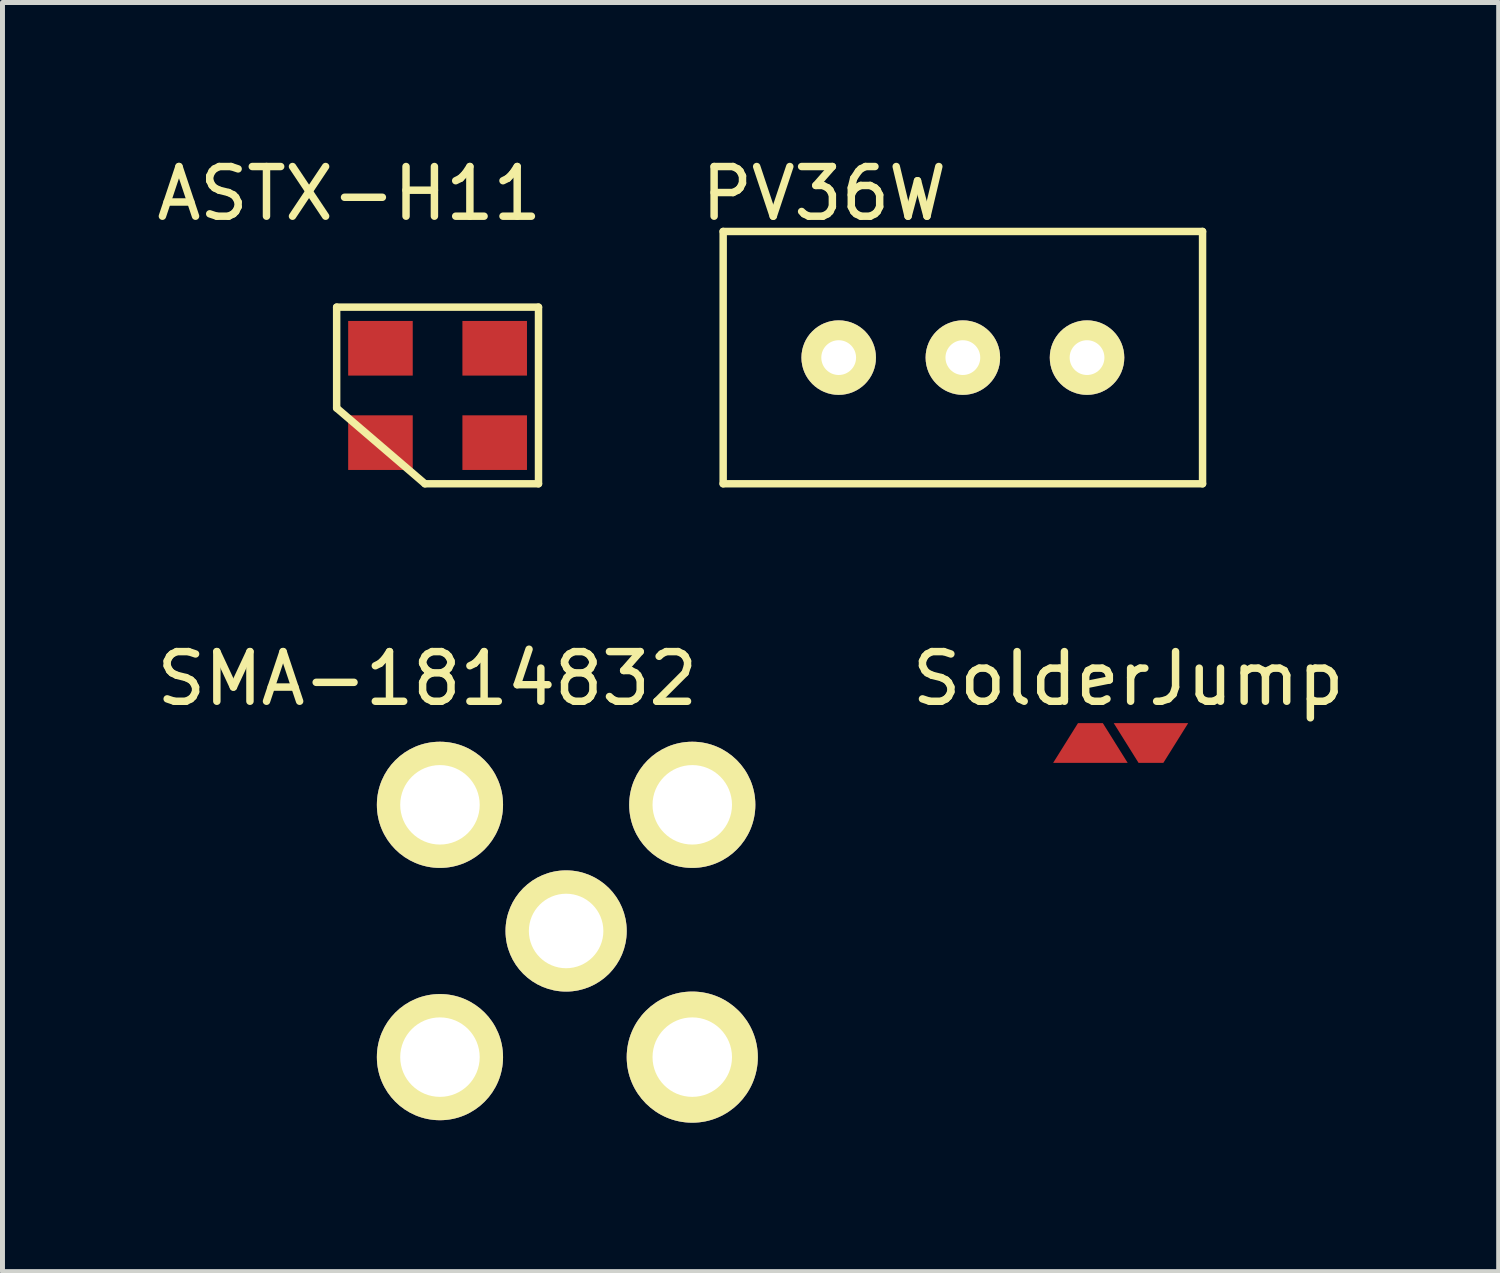
<source format=kicad_pcb>
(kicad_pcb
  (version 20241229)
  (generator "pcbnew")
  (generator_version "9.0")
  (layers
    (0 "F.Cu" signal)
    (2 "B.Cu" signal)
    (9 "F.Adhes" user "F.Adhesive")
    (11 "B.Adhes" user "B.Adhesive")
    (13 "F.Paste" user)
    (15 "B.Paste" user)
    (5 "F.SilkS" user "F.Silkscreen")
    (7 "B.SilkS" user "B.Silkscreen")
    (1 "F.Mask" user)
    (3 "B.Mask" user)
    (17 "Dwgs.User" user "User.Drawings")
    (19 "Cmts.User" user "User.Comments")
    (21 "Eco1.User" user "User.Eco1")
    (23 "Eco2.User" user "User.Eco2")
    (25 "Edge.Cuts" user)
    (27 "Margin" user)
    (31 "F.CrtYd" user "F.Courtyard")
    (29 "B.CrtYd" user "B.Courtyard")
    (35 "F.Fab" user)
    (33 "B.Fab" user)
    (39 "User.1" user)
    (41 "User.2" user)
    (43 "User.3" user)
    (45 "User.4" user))
  (footprint "SolderJump"
    (layer "F.Cu")
    (at 19.615 11.909)
    (property "Reference" "SolderJump" (at 0.051 -1.295 0) (layer "F.SilkS") (effects (font (size 1 1) (thickness 0.15))))
    (attr through_hole)
    (fp_line (start -1.473 0.406) (end 0.762 0.406) (stroke (width 0.15) (type solid)) (layer "F.Mask"))
    (fp_line (start -1.321 0.305) (end 0.737 0.305) (stroke (width 0.15) (type solid)) (layer "F.Mask"))
    (fp_line (start -1.168 0.229) (end 0.711 0.229) (stroke (width 0.15) (type solid)) (layer "F.Mask"))
    (fp_line (start -1.041 0.152) (end 0.66 0.152) (stroke (width 0.15) (type solid)) (layer "F.Mask"))
    (fp_line (start -0.965 -0.406) (end -1.473 0.406) (stroke (width 0.15) (type solid)) (layer "F.Mask"))
    (fp_line (start -0.914 -0.33) (end -1.321 0.305) (stroke (width 0.15) (type solid)) (layer "F.Mask"))
    (fp_line (start -0.889 0.076) (end 0.61 0.076) (stroke (width 0.15) (type solid)) (layer "F.Mask"))
    (fp_line (start -0.864 -0.254) (end -1.168 0.229) (stroke (width 0.15) (type solid)) (layer "F.Mask"))
    (fp_line (start -0.813 -0.178) (end -1.041 0.152) (stroke (width 0.15) (type solid)) (layer "F.Mask"))
    (fp_line (start -0.762 -0.102) (end -0.889 0.076) (stroke (width 0.15) (type solid)) (layer "F.Mask"))
    (fp_line (start 0.584 0) (end -0.737 0) (stroke (width 0.15) (type solid)) (layer "F.Mask"))
    (fp_line (start 0.61 0.076) (end 0.686 -0.025) (stroke (width 0.15) (type solid)) (layer "F.Mask"))
    (fp_line (start 0.66 0.152) (end 0.813 -0.102) (stroke (width 0.15) (type solid)) (layer "F.Mask"))
    (fp_line (start 0.711 -0.102) (end -0.762 -0.102) (stroke (width 0.15) (type solid)) (layer "F.Mask"))
    (fp_line (start 0.711 0.229) (end 0.94 -0.178) (stroke (width 0.15) (type solid)) (layer "F.Mask"))
    (fp_line (start 0.737 0.305) (end 1.067 -0.254) (stroke (width 0.15) (type solid)) (layer "F.Mask"))
    (fp_line (start 0.762 0.406) (end 1.245 -0.406) (stroke (width 0.15) (type solid)) (layer "F.Mask"))
    (fp_line (start 0.864 -0.178) (end -0.813 -0.178) (stroke (width 0.15) (type solid)) (layer "F.Mask"))
    (fp_line (start 0.965 -0.254) (end -0.864 -0.254) (stroke (width 0.15) (type solid)) (layer "F.Mask"))
    (fp_line (start 1.118 -0.33) (end -0.914 -0.33) (stroke (width 0.15) (type solid)) (layer "F.Mask"))
    (fp_line (start 1.245 -0.406) (end -0.965 -0.406) (stroke (width 0.15) (type solid)) (layer "F.Mask"))
    (pad "1" smd trapezoid (at -0.711 0) (size 1 0.8) (rect_delta 0 0.5) (layers "F.Cu" "F.Mask"))
    (pad "2" smd trapezoid (at 0.508 0 180) (size 1 0.8) (rect_delta 0 0.5) (layers "F.Cu" "F.Mask")))
  (footprint "SMA-1814832"
    (layer "F.Cu")
    (at 8.348 15.694)
    (property "Reference" "SMA-1814832" (at -2.794 -5.08 0) (layer "F.SilkS") (effects (font (size 1 1) (thickness 0.15))))
    (attr through_hole)
    (pad "1" thru_hole circle (at 0 0) (size 2.44 2.44) (drill 1.5) (layers "*.Cu" "*.Mask" "F.SilkS"))
    (pad "2" thru_hole circle (at -2.54 -2.54) (size 2.54 2.54) (drill 1.6) (layers "*.Cu" "*.Mask" "F.SilkS"))
    (pad "2" thru_hole circle (at -2.54 2.54) (size 2.54 2.54) (drill 1.6) (layers "*.Cu" "*.Mask" "F.SilkS"))
    (pad "2" thru_hole circle (at 2.54 -2.54) (size 2.54 2.54) (drill 1.6) (layers "*.Cu" "*.Mask" "F.SilkS"))
    (pad "2" thru_hole circle (at 2.54 2.54) (size 2.64 2.64) (drill 1.6) (layers "*.Cu" "*.Mask" "F.SilkS")))
  (footprint "PV36W"
    (layer "F.Cu")
    (at 16.336 4.15)
    (property "Reference" "PV36W" (at -2.794 -3.302 0) (layer "F.SilkS") (effects (font (size 1 1) (thickness 0.15))))
    (attr through_hole)
    (fp_line (start -4.826 -2.54) (end -4.826 2.54) (stroke (width 0.15) (type solid)) (layer "F.SilkS"))
    (fp_line (start -4.826 2.54) (end 4.826 2.54) (stroke (width 0.15) (type solid)) (layer "F.SilkS"))
    (fp_line (start 4.826 -2.54) (end -4.826 -2.54) (stroke (width 0.15) (type solid)) (layer "F.SilkS"))
    (fp_line (start 4.826 2.54) (end 4.826 -2.54) (stroke (width 0.15) (type solid)) (layer "F.SilkS"))
    (pad "1" thru_hole circle (at -2.5 0) (size 1.5 1.5) (drill 0.7) (layers "*.Cu" "*.Mask" "F.SilkS"))
    (pad "2" thru_hole circle (at 0 0) (size 1.5 1.5) (drill 0.7) (layers "*.Cu" "*.Mask" "F.SilkS"))
    (pad "3" thru_hole circle (at 2.5 0) (size 1.5 1.5) (drill 0.7) (layers "*.Cu" "*.Mask" "F.SilkS")))
  (footprint "ASTX-H11"
    (layer "F.Cu")
    (at 5.76 4.912)
    (property "Reference" "ASTX-H11" (at -1.778 -4.064 0) (layer "F.SilkS") (effects (font (size 1 1) (thickness 0.15))))
    (attr through_hole)
    (fp_line (start -2.032 -1.778) (end 2.032 -1.778) (stroke (width 0.15) (type solid)) (layer "F.SilkS"))
    (fp_line (start -2.032 0.254) (end -2.032 -1.778) (stroke (width 0.15) (type solid)) (layer "F.SilkS"))
    (fp_line (start -0.254 1.778) (end -2.032 0.254) (stroke (width 0.15) (type solid)) (layer "F.SilkS"))
    (fp_line (start 2.032 -1.778) (end 2.032 1.778) (stroke (width 0.15) (type solid)) (layer "F.SilkS"))
    (fp_line (start 2.032 1.778) (end -0.254 1.778) (stroke (width 0.15) (type solid)) (layer "F.SilkS"))
    (pad "1" smd rect (at -1.15 0.95) (size 1.3 1.1) (layers "F.Cu" "F.Mask" "F.Paste"))
    (pad "2" smd rect (at 1.15 0.95) (size 1.3 1.1) (layers "F.Cu" "F.Mask" "F.Paste"))
    (pad "3" smd rect (at 1.15 -0.95) (size 1.3 1.1) (layers "F.Cu" "F.Mask" "F.Paste"))
    (pad "4" smd rect (at -1.15 -0.95) (size 1.3 1.1) (layers "F.Cu" "F.Mask" "F.Paste")))
  (gr_rect
    (start -3 -3)
    (end 27.124 22.553)
    (stroke (width 0.1) (type default))
    (fill no)
    (layer "Edge.Cuts")))
</source>
